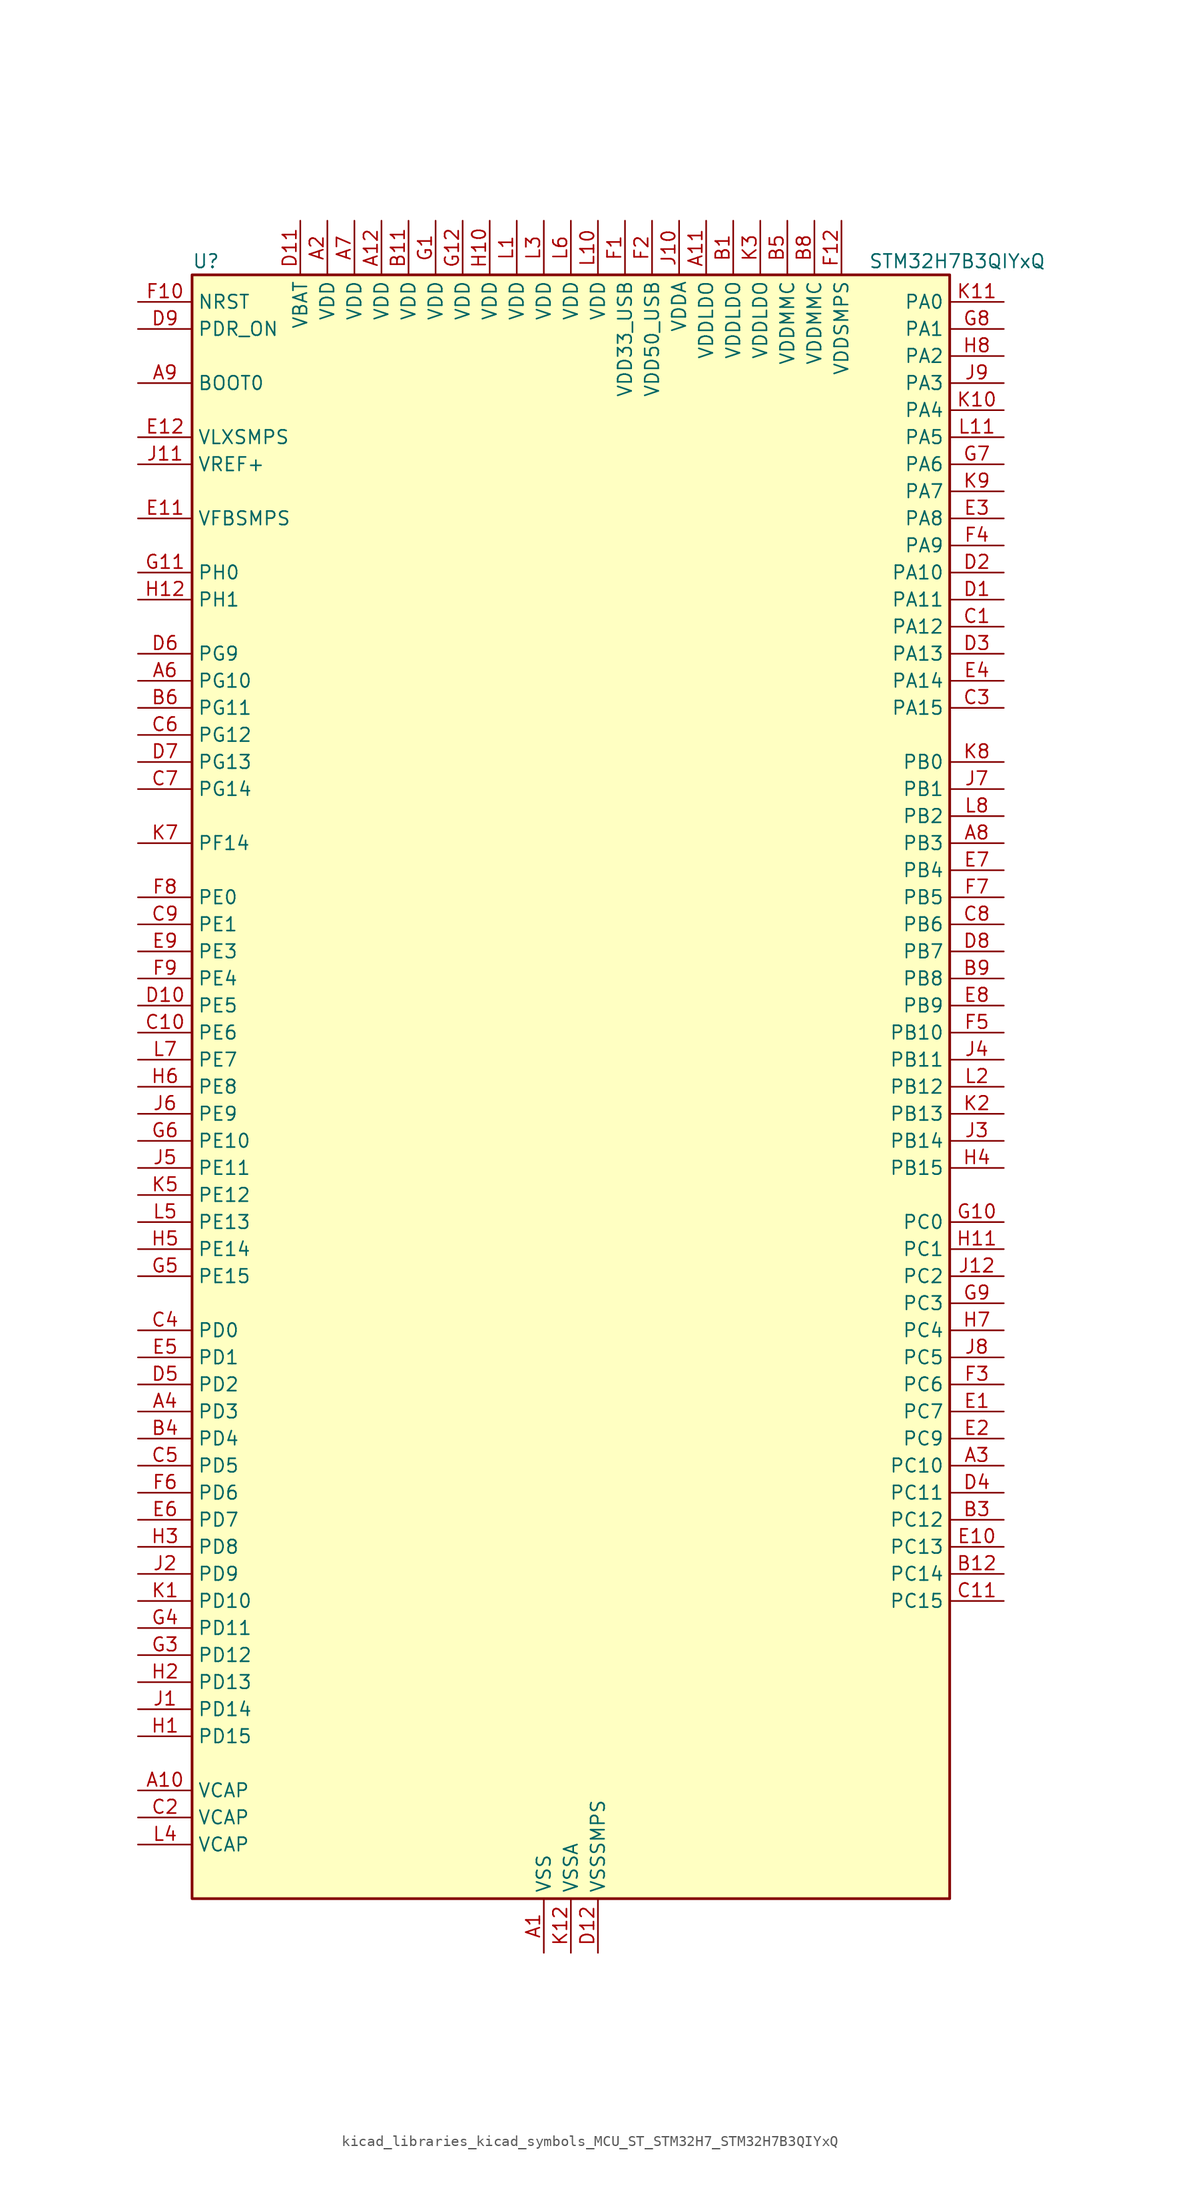
<source format=kicad_sym>
(kicad_symbol_lib
  (version 20220914)
  (generator kicad_symbol_editor)
  (symbol "kicad_libraries_kicad_symbols_MCU_ST_STM32H7_STM32H7B3QIYxQ"
    (property "Reference" "U"
      (at -35.56 77.47 0)
      (effects (font (size 1.27 1.27)) (justify left)))
    (property "Value" "STM32H7B3QIYxQ"
      (at 27.94 77.47 0)
      (effects (font (size 1.27 1.27)) (justify left)))
    (property "ki_locked" ""
      (at 0 0 0)
      (effects (font (size 1.27 1.27))))
    (symbol "kicad_libraries_kicad_symbols_MCU_ST_STM32H7_STM32H7B3QIYxQ_0_1"
      (rectangle (start -35.56 -76.2) (end 35.56 76.2) (stroke (width 0.254) (type default)) (fill (type background))))
    (symbol "kicad_libraries_kicad_symbols_MCU_ST_STM32H7_STM32H7B3QIYxQ_1_1"
      (pin power_in line (at -2.54 -81.28 90) (length 5.08) (name "VSS" (effects (font (size 1.27 1.27)))) (number "A1" (effects (font (size 1.27 1.27)))))
      (pin power_out line (at -40.64 -66.04 0) (length 5.08) (name "VCAP" (effects (font (size 1.27 1.27)))) (number "A10" (effects (font (size 1.27 1.27)))))
      (pin power_in line (at 12.7 81.28 270) (length 5.08) (name "VDDLDO" (effects (font (size 1.27 1.27)))) (number "A11" (effects (font (size 1.27 1.27)))))
      (pin power_in line (at -17.78 81.28 270) (length 5.08) (name "VDD" (effects (font (size 1.27 1.27)))) (number "A12" (effects (font (size 1.27 1.27)))))
      (pin power_in line (at -22.86 81.28 270) (length 5.08) (name "VDD" (effects (font (size 1.27 1.27)))) (number "A2" (effects (font (size 1.27 1.27)))))
      (pin bidirectional line (at 40.64 -35.56 180) (length 5.08) (name "PC10" (effects (font (size 1.27 1.27)))) (number "A3" (effects (font (size 1.27 1.27)))) (alternate "DCMI_D8" bidirectional line) (alternate "DFSDM1_CKIN5" bidirectional line) (alternate "DFSDM2_CKIN0" bidirectional line) (alternate "I2S3_CK" bidirectional line) (alternate "LTDC_B1" bidirectional line) (alternate "LTDC_R2" bidirectional line) (alternate "OCTOSPIM_P1_IO1" bidirectional line) (alternate "PSSI_D8" bidirectional line) (alternate "SDMMC1_D2" bidirectional line) (alternate "SPI3_SCK" bidirectional line) (alternate "SWPMI1_RX" bidirectional line) (alternate "UART4_TX" bidirectional line) (alternate "USART3_TX" bidirectional line))
      (pin bidirectional line (at -40.64 -30.48 0) (length 5.08) (name "PD3" (effects (font (size 1.27 1.27)))) (number "A4" (effects (font (size 1.27 1.27)))) (alternate "DCMI_D5" bidirectional line) (alternate "DFSDM1_CKOUT" bidirectional line) (alternate "FMC_CLK" bidirectional line) (alternate "I2S2_CK" bidirectional line) (alternate "LTDC_G7" bidirectional line) (alternate "PSSI_D5" bidirectional line) (alternate "SPI2_SCK" bidirectional line) (alternate "USART2_CTS" bidirectional line) (alternate "USART2_NSS" bidirectional line))
      (pin passive line (at -2.54 -81.28 90) (length 5.08) hide (name "VSS" (effects (font (size 1.27 1.27)))) (number "A5" (effects (font (size 1.27 1.27)))))
      (pin bidirectional line (at -40.64 38.1 0) (length 5.08) (name "PG10" (effects (font (size 1.27 1.27)))) (number "A6" (effects (font (size 1.27 1.27)))) (alternate "DCMI_D2" bidirectional line) (alternate "FMC_NE3" bidirectional line) (alternate "I2S1_WS" bidirectional line) (alternate "LTDC_B2" bidirectional line) (alternate "LTDC_G3" bidirectional line) (alternate "OCTOSPIM_P2_IO6" bidirectional line) (alternate "PSSI_D2" bidirectional line) (alternate "SAI2_SD_B" bidirectional line) (alternate "SDMMC2_D1" bidirectional line) (alternate "SPI1_NSS" bidirectional line))
      (pin power_in line (at -20.32 81.28 270) (length 5.08) (name "VDD" (effects (font (size 1.27 1.27)))) (number "A7" (effects (font (size 1.27 1.27)))))
      (pin bidirectional line (at 40.64 22.86 180) (length 5.08) (name "PB3" (effects (font (size 1.27 1.27)))) (number "A8" (effects (font (size 1.27 1.27)))) (alternate "CRS_SYNC" bidirectional line) (alternate "DEBUG_JTDO-SWO" bidirectional line) (alternate "I2S1_CK" bidirectional line) (alternate "I2S3_CK" bidirectional line) (alternate "I2S6_CK" bidirectional line) (alternate "SDMMC2_D2" bidirectional line) (alternate "SPI1_SCK" bidirectional line) (alternate "SPI3_SCK" bidirectional line) (alternate "SPI6_SCK" bidirectional line) (alternate "TIM2_CH2" bidirectional line) (alternate "UART7_RX" bidirectional line))
      (pin input line (at -40.64 66.04 0) (length 5.08) (name "BOOT0" (effects (font (size 1.27 1.27)))) (number "A9" (effects (font (size 1.27 1.27)))))
      (pin power_in line (at 15.24 81.28 270) (length 5.08) (name "VDDLDO" (effects (font (size 1.27 1.27)))) (number "B1" (effects (font (size 1.27 1.27)))))
      (pin passive line (at -2.54 -81.28 90) (length 5.08) hide (name "VSS" (effects (font (size 1.27 1.27)))) (number "B10" (effects (font (size 1.27 1.27)))))
      (pin power_in line (at -15.24 81.28 270) (length 5.08) (name "VDD" (effects (font (size 1.27 1.27)))) (number "B11" (effects (font (size 1.27 1.27)))))
      (pin bidirectional line (at 40.64 -45.72 180) (length 5.08) (name "PC14" (effects (font (size 1.27 1.27)))) (number "B12" (effects (font (size 1.27 1.27)))) (alternate "RCC_OSC32_IN" bidirectional line))
      (pin passive line (at -2.54 -81.28 90) (length 5.08) hide (name "VSS" (effects (font (size 1.27 1.27)))) (number "B2" (effects (font (size 1.27 1.27)))))
      (pin bidirectional line (at 40.64 -40.64 180) (length 5.08) (name "PC12" (effects (font (size 1.27 1.27)))) (number "B3" (effects (font (size 1.27 1.27)))) (alternate "DCMI_D9" bidirectional line) (alternate "DEBUG_TRACED3" bidirectional line) (alternate "DFSDM2_CKOUT" bidirectional line) (alternate "I2S3_SDO" bidirectional line) (alternate "I2S6_CK" bidirectional line) (alternate "LTDC_R6" bidirectional line) (alternate "PSSI_D9" bidirectional line) (alternate "SDMMC1_CK" bidirectional line) (alternate "SPI3_MOSI" bidirectional line) (alternate "SPI6_SCK" bidirectional line) (alternate "TIM15_CH1" bidirectional line) (alternate "UART5_TX" bidirectional line) (alternate "USART3_CK" bidirectional line))
      (pin bidirectional line (at -40.64 -33.02 0) (length 5.08) (name "PD4" (effects (font (size 1.27 1.27)))) (number "B4" (effects (font (size 1.27 1.27)))) (alternate "FMC_NOE" bidirectional line) (alternate "OCTOSPIM_P1_IO4" bidirectional line) (alternate "USART2_DE" bidirectional line) (alternate "USART2_RTS" bidirectional line))
      (pin power_in line (at 20.32 81.28 270) (length 5.08) (name "VDDMMC" (effects (font (size 1.27 1.27)))) (number "B5" (effects (font (size 1.27 1.27)))))
      (pin bidirectional line (at -40.64 35.56 0) (length 5.08) (name "PG11" (effects (font (size 1.27 1.27)))) (number "B6" (effects (font (size 1.27 1.27)))) (alternate "ADC1_EXTI11" bidirectional line) (alternate "ADC2_EXTI11" bidirectional line) (alternate "DCMI_D3" bidirectional line) (alternate "I2S1_CK" bidirectional line) (alternate "LPTIM1_IN2" bidirectional line) (alternate "LTDC_B3" bidirectional line) (alternate "OCTOSPIM_P2_IO7" bidirectional line) (alternate "PSSI_D3" bidirectional line) (alternate "SDMMC2_D2" bidirectional line) (alternate "SPDIFRX_IN0" bidirectional line) (alternate "SPI1_SCK" bidirectional line) (alternate "USART10_RX" bidirectional line))
      (pin passive line (at -2.54 -81.28 90) (length 5.08) hide (name "VSS" (effects (font (size 1.27 1.27)))) (number "B7" (effects (font (size 1.27 1.27)))))
      (pin power_in line (at 22.86 81.28 270) (length 5.08) (name "VDDMMC" (effects (font (size 1.27 1.27)))) (number "B8" (effects (font (size 1.27 1.27)))))
      (pin bidirectional line (at 40.64 10.16 180) (length 5.08) (name "PB8" (effects (font (size 1.27 1.27)))) (number "B9" (effects (font (size 1.27 1.27)))) (alternate "DCMI_D6" bidirectional line) (alternate "DFSDM1_CKIN7" bidirectional line) (alternate "FDCAN1_RX" bidirectional line) (alternate "I2C1_SCL" bidirectional line) (alternate "I2C4_SCL" bidirectional line) (alternate "LTDC_B6" bidirectional line) (alternate "PSSI_D6" bidirectional line) (alternate "SDMMC1_CKIN" bidirectional line) (alternate "SDMMC1_D4" bidirectional line) (alternate "SDMMC2_D4" bidirectional line) (alternate "TIM16_CH1" bidirectional line) (alternate "TIM4_CH3" bidirectional line) (alternate "UART4_RX" bidirectional line))
      (pin bidirectional line (at 40.64 43.18 180) (length 5.08) (name "PA12" (effects (font (size 1.27 1.27)))) (number "C1" (effects (font (size 1.27 1.27)))) (alternate "FDCAN1_TX" bidirectional line) (alternate "I2S2_CK" bidirectional line) (alternate "LPUART1_DE" bidirectional line) (alternate "LPUART1_RTS" bidirectional line) (alternate "LTDC_R5" bidirectional line) (alternate "SAI2_FS_B" bidirectional line) (alternate "SPI2_SCK" bidirectional line) (alternate "TIM1_ETR" bidirectional line) (alternate "UART4_TX" bidirectional line) (alternate "USART1_DE" bidirectional line) (alternate "USART1_RTS" bidirectional line) (alternate "USB_OTG_HS_DP" bidirectional line))
      (pin bidirectional line (at -40.64 5.08 0) (length 5.08) (name "PE6" (effects (font (size 1.27 1.27)))) (number "C10" (effects (font (size 1.27 1.27)))) (alternate "DCMI_D7" bidirectional line) (alternate "DEBUG_TRACED3" bidirectional line) (alternate "FMC_A22" bidirectional line) (alternate "LTDC_G1" bidirectional line) (alternate "PSSI_D7" bidirectional line) (alternate "SAI1_D1" bidirectional line) (alternate "SAI1_SD_A" bidirectional line) (alternate "SAI2_MCLK_B" bidirectional line) (alternate "SPI4_MOSI" bidirectional line) (alternate "TIM15_CH2" bidirectional line) (alternate "TIM1_BKIN2" bidirectional line) (alternate "TIM1_BKIN2_COMP1" bidirectional line) (alternate "TIM1_BKIN2_COMP2" bidirectional line))
      (pin bidirectional line (at 40.64 -48.26 180) (length 5.08) (name "PC15" (effects (font (size 1.27 1.27)))) (number "C11" (effects (font (size 1.27 1.27)))) (alternate "ADC1_EXTI15" bidirectional line) (alternate "ADC2_EXTI15" bidirectional line) (alternate "RCC_OSC32_OUT" bidirectional line))
      (pin passive line (at -2.54 -81.28 90) (length 5.08) hide (name "VSS" (effects (font (size 1.27 1.27)))) (number "C12" (effects (font (size 1.27 1.27)))))
      (pin power_out line (at -40.64 -68.58 0) (length 5.08) (name "VCAP" (effects (font (size 1.27 1.27)))) (number "C2" (effects (font (size 1.27 1.27)))))
      (pin bidirectional line (at 40.64 35.56 180) (length 5.08) (name "PA15" (effects (font (size 1.27 1.27)))) (number "C3" (effects (font (size 1.27 1.27)))) (alternate "ADC1_EXTI15" bidirectional line) (alternate "ADC2_EXTI15" bidirectional line) (alternate "CEC" bidirectional line) (alternate "DEBUG_JTDI" bidirectional line) (alternate "I2S1_WS" bidirectional line) (alternate "I2S3_WS" bidirectional line) (alternate "I2S6_WS" bidirectional line) (alternate "LTDC_B6" bidirectional line) (alternate "LTDC_R3" bidirectional line) (alternate "SPI1_NSS" bidirectional line) (alternate "SPI3_NSS" bidirectional line) (alternate "SPI6_NSS" bidirectional line) (alternate "TIM2_CH1" bidirectional line) (alternate "TIM2_ETR" bidirectional line) (alternate "UART4_DE" bidirectional line) (alternate "UART4_RTS" bidirectional line) (alternate "UART7_TX" bidirectional line))
      (pin bidirectional line (at -40.64 -22.86 0) (length 5.08) (name "PD0" (effects (font (size 1.27 1.27)))) (number "C4" (effects (font (size 1.27 1.27)))) (alternate "DFSDM1_CKIN6" bidirectional line) (alternate "FDCAN1_RX" bidirectional line) (alternate "FMC_D2" bidirectional line) (alternate "FMC_DA2" bidirectional line) (alternate "LTDC_B1" bidirectional line) (alternate "UART4_RX" bidirectional line) (alternate "UART9_CTS" bidirectional line))
      (pin bidirectional line (at -40.64 -35.56 0) (length 5.08) (name "PD5" (effects (font (size 1.27 1.27)))) (number "C5" (effects (font (size 1.27 1.27)))) (alternate "FMC_NWE" bidirectional line) (alternate "OCTOSPIM_P1_IO5" bidirectional line) (alternate "USART2_TX" bidirectional line))
      (pin bidirectional line (at -40.64 33.02 0) (length 5.08) (name "PG12" (effects (font (size 1.27 1.27)))) (number "C6" (effects (font (size 1.27 1.27)))) (alternate "FMC_NE4" bidirectional line) (alternate "I2S6_SDI" bidirectional line) (alternate "LPTIM1_IN1" bidirectional line) (alternate "LTDC_B1" bidirectional line) (alternate "LTDC_B4" bidirectional line) (alternate "OCTOSPIM_P2_NCS" bidirectional line) (alternate "SDMMC2_D3" bidirectional line) (alternate "SPDIFRX_IN1" bidirectional line) (alternate "SPI6_MISO" bidirectional line) (alternate "USART10_TX" bidirectional line) (alternate "USART6_DE" bidirectional line) (alternate "USART6_RTS" bidirectional line))
      (pin bidirectional line (at -40.64 27.94 0) (length 5.08) (name "PG14" (effects (font (size 1.27 1.27)))) (number "C7" (effects (font (size 1.27 1.27)))) (alternate "DEBUG_TRACED1" bidirectional line) (alternate "FMC_A25" bidirectional line) (alternate "I2S6_SDO" bidirectional line) (alternate "LPTIM1_ETR" bidirectional line) (alternate "LTDC_B0" bidirectional line) (alternate "OCTOSPIM_P1_IO7" bidirectional line) (alternate "SDMMC2_D7" bidirectional line) (alternate "SPI6_MOSI" bidirectional line) (alternate "USART10_DE" bidirectional line) (alternate "USART10_RTS" bidirectional line) (alternate "USART6_TX" bidirectional line))
      (pin bidirectional line (at 40.64 15.24 180) (length 5.08) (name "PB6" (effects (font (size 1.27 1.27)))) (number "C8" (effects (font (size 1.27 1.27)))) (alternate "CEC" bidirectional line) (alternate "DCMI_D5" bidirectional line) (alternate "DFSDM1_DATIN5" bidirectional line) (alternate "FDCAN2_TX" bidirectional line) (alternate "FMC_SDNE1" bidirectional line) (alternate "I2C1_SCL" bidirectional line) (alternate "I2C4_SCL" bidirectional line) (alternate "LPUART1_TX" bidirectional line) (alternate "OCTOSPIM_P1_NCS" bidirectional line) (alternate "PSSI_D5" bidirectional line) (alternate "TIM16_CH1N" bidirectional line) (alternate "TIM4_CH1" bidirectional line) (alternate "UART5_TX" bidirectional line) (alternate "USART1_TX" bidirectional line))
      (pin bidirectional line (at -40.64 15.24 0) (length 5.08) (name "PE1" (effects (font (size 1.27 1.27)))) (number "C9" (effects (font (size 1.27 1.27)))) (alternate "DCMI_D3" bidirectional line) (alternate "FMC_NBL1" bidirectional line) (alternate "LPTIM1_IN2" bidirectional line) (alternate "LTDC_R6" bidirectional line) (alternate "PSSI_D3" bidirectional line) (alternate "UART8_TX" bidirectional line))
      (pin bidirectional line (at 40.64 45.72 180) (length 5.08) (name "PA11" (effects (font (size 1.27 1.27)))) (number "D1" (effects (font (size 1.27 1.27)))) (alternate "ADC1_EXTI11" bidirectional line) (alternate "ADC2_EXTI11" bidirectional line) (alternate "FDCAN1_RX" bidirectional line) (alternate "I2S2_WS" bidirectional line) (alternate "LPUART1_CTS" bidirectional line) (alternate "LTDC_R4" bidirectional line) (alternate "SPI2_NSS" bidirectional line) (alternate "TIM1_CH4" bidirectional line) (alternate "UART4_RX" bidirectional line) (alternate "USART1_CTS" bidirectional line) (alternate "USART1_NSS" bidirectional line) (alternate "USB_OTG_HS_DM" bidirectional line))
      (pin bidirectional line (at -40.64 7.62 0) (length 5.08) (name "PE5" (effects (font (size 1.27 1.27)))) (number "D10" (effects (font (size 1.27 1.27)))) (alternate "DCMI_D6" bidirectional line) (alternate "DEBUG_TRACED2" bidirectional line) (alternate "DFSDM1_CKIN3" bidirectional line) (alternate "FMC_A21" bidirectional line) (alternate "LTDC_G0" bidirectional line) (alternate "PSSI_D6" bidirectional line) (alternate "SAI1_CK2" bidirectional line) (alternate "SAI1_SCK_A" bidirectional line) (alternate "SPI4_MISO" bidirectional line) (alternate "TIM15_CH1" bidirectional line))
      (pin power_in line (at -25.4 81.28 270) (length 5.08) (name "VBAT" (effects (font (size 1.27 1.27)))) (number "D11" (effects (font (size 1.27 1.27)))))
      (pin power_in line (at 2.54 -81.28 90) (length 5.08) (name "VSSSMPS" (effects (font (size 1.27 1.27)))) (number "D12" (effects (font (size 1.27 1.27)))))
      (pin bidirectional line (at 40.64 48.26 180) (length 5.08) (name "PA10" (effects (font (size 1.27 1.27)))) (number "D2" (effects (font (size 1.27 1.27)))) (alternate "DCMI_D1" bidirectional line) (alternate "LPUART1_RX" bidirectional line) (alternate "LTDC_B1" bidirectional line) (alternate "LTDC_B4" bidirectional line) (alternate "MDIOS_MDIO" bidirectional line) (alternate "PSSI_D1" bidirectional line) (alternate "TIM1_CH3" bidirectional line) (alternate "USART1_RX" bidirectional line) (alternate "USB_OTG_HS_ID" bidirectional line))
      (pin bidirectional line (at 40.64 40.64 180) (length 5.08) (name "PA13" (effects (font (size 1.27 1.27)))) (number "D3" (effects (font (size 1.27 1.27)))) (alternate "DEBUG_JTMS-SWDIO" bidirectional line))
      (pin bidirectional line (at 40.64 -38.1 180) (length 5.08) (name "PC11" (effects (font (size 1.27 1.27)))) (number "D4" (effects (font (size 1.27 1.27)))) (alternate "ADC1_EXTI11" bidirectional line) (alternate "ADC2_EXTI11" bidirectional line) (alternate "DCMI_D4" bidirectional line) (alternate "DFSDM1_DATIN5" bidirectional line) (alternate "DFSDM2_DATIN0" bidirectional line) (alternate "I2S3_SDI" bidirectional line) (alternate "LTDC_B4" bidirectional line) (alternate "OCTOSPIM_P1_NCS" bidirectional line) (alternate "PSSI_D4" bidirectional line) (alternate "SDMMC1_D3" bidirectional line) (alternate "SPI3_MISO" bidirectional line) (alternate "UART4_RX" bidirectional line) (alternate "USART3_RX" bidirectional line))
      (pin bidirectional line (at -40.64 -27.94 0) (length 5.08) (name "PD2" (effects (font (size 1.27 1.27)))) (number "D5" (effects (font (size 1.27 1.27)))) (alternate "DCMI_D11" bidirectional line) (alternate "DEBUG_TRACED2" bidirectional line) (alternate "LTDC_B2" bidirectional line) (alternate "LTDC_B7" bidirectional line) (alternate "PSSI_D11" bidirectional line) (alternate "SDMMC1_CMD" bidirectional line) (alternate "TIM15_BKIN" bidirectional line) (alternate "TIM3_ETR" bidirectional line) (alternate "UART5_RX" bidirectional line))
      (pin bidirectional line (at -40.64 40.64 0) (length 5.08) (name "PG9" (effects (font (size 1.27 1.27)))) (number "D6" (effects (font (size 1.27 1.27)))) (alternate "DAC1_EXTI9" bidirectional line) (alternate "DCMI_VSYNC" bidirectional line) (alternate "FMC_NCE" bidirectional line) (alternate "FMC_NE2" bidirectional line) (alternate "I2S1_SDI" bidirectional line) (alternate "OCTOSPIM_P1_IO6" bidirectional line) (alternate "PSSI_RDY" bidirectional line) (alternate "SAI2_FS_B" bidirectional line) (alternate "SDMMC2_D0" bidirectional line) (alternate "SPDIFRX_IN3" bidirectional line) (alternate "SPI1_MISO" bidirectional line) (alternate "USART6_RX" bidirectional line))
      (pin bidirectional line (at -40.64 30.48 0) (length 5.08) (name "PG13" (effects (font (size 1.27 1.27)))) (number "D7" (effects (font (size 1.27 1.27)))) (alternate "DEBUG_TRACED0" bidirectional line) (alternate "FMC_A24" bidirectional line) (alternate "I2S6_CK" bidirectional line) (alternate "LPTIM1_OUT" bidirectional line) (alternate "LTDC_R0" bidirectional line) (alternate "SDMMC2_D6" bidirectional line) (alternate "SPI6_SCK" bidirectional line) (alternate "USART10_CTS" bidirectional line) (alternate "USART10_NSS" bidirectional line) (alternate "USART6_CTS" bidirectional line) (alternate "USART6_NSS" bidirectional line))
      (pin bidirectional line (at 40.64 12.7 180) (length 5.08) (name "PB7" (effects (font (size 1.27 1.27)))) (number "D8" (effects (font (size 1.27 1.27)))) (alternate "DCMI_VSYNC" bidirectional line) (alternate "DFSDM1_CKIN5" bidirectional line) (alternate "FMC_NL" bidirectional line) (alternate "I2C1_SDA" bidirectional line) (alternate "I2C4_SDA" bidirectional line) (alternate "LPUART1_RX" bidirectional line) (alternate "PSSI_RDY" bidirectional line) (alternate "PWR_PVD_IN" bidirectional line) (alternate "TIM17_CH1N" bidirectional line) (alternate "TIM4_CH2" bidirectional line) (alternate "USART1_RX" bidirectional line))
      (pin input line (at -40.64 71.12 0) (length 5.08) (name "PDR_ON" (effects (font (size 1.27 1.27)))) (number "D9" (effects (font (size 1.27 1.27)))))
      (pin bidirectional line (at 40.64 -30.48 180) (length 5.08) (name "PC7" (effects (font (size 1.27 1.27)))) (number "E1" (effects (font (size 1.27 1.27)))) (alternate "DCMI_D1" bidirectional line) (alternate "DEBUG_TRGIO" bidirectional line) (alternate "DFSDM1_DATIN3" bidirectional line) (alternate "FMC_NE1" bidirectional line) (alternate "I2S3_MCK" bidirectional line) (alternate "LTDC_G6" bidirectional line) (alternate "PSSI_D1" bidirectional line) (alternate "SDMMC1_D123DIR" bidirectional line) (alternate "SDMMC1_D7" bidirectional line) (alternate "SDMMC2_D7" bidirectional line) (alternate "SWPMI1_TX" bidirectional line) (alternate "TIM3_CH2" bidirectional line) (alternate "TIM8_CH2" bidirectional line) (alternate "USART6_RX" bidirectional line))
      (pin bidirectional line (at 40.64 -43.18 180) (length 5.08) (name "PC13" (effects (font (size 1.27 1.27)))) (number "E10" (effects (font (size 1.27 1.27)))) (alternate "PWR_WKUP4" bidirectional line) (alternate "RTC_OUT_ALARM" bidirectional line) (alternate "RTC_OUT_CALIB" bidirectional line) (alternate "RTC_TAMP1" bidirectional line) (alternate "RTC_TS" bidirectional line))
      (pin input line (at -40.64 53.34 0) (length 5.08) (name "VFBSMPS" (effects (font (size 1.27 1.27)))) (number "E11" (effects (font (size 1.27 1.27)))))
      (pin power_in line (at -40.64 60.96 0) (length 5.08) (name "VLXSMPS" (effects (font (size 1.27 1.27)))) (number "E12" (effects (font (size 1.27 1.27)))))
      (pin bidirectional line (at 40.64 -33.02 180) (length 5.08) (name "PC9" (effects (font (size 1.27 1.27)))) (number "E2" (effects (font (size 1.27 1.27)))) (alternate "DAC1_EXTI9" bidirectional line) (alternate "DCMI_D3" bidirectional line) (alternate "I2C3_SDA" bidirectional line) (alternate "I2S_CKIN" bidirectional line) (alternate "LTDC_B2" bidirectional line) (alternate "LTDC_G3" bidirectional line) (alternate "OCTOSPIM_P1_IO0" bidirectional line) (alternate "PSSI_D3" bidirectional line) (alternate "RCC_MCO_2" bidirectional line) (alternate "SDMMC1_D1" bidirectional line) (alternate "SWPMI1_SUSPEND" bidirectional line) (alternate "TIM3_CH4" bidirectional line) (alternate "TIM8_CH4" bidirectional line) (alternate "UART5_CTS" bidirectional line))
      (pin bidirectional line (at 40.64 53.34 180) (length 5.08) (name "PA8" (effects (font (size 1.27 1.27)))) (number "E3" (effects (font (size 1.27 1.27)))) (alternate "I2C3_SCL" bidirectional line) (alternate "LTDC_B3" bidirectional line) (alternate "LTDC_R6" bidirectional line) (alternate "RCC_MCO_1" bidirectional line) (alternate "TIM1_CH1" bidirectional line) (alternate "TIM8_BKIN2" bidirectional line) (alternate "TIM8_BKIN2_COMP1" bidirectional line) (alternate "TIM8_BKIN2_COMP2" bidirectional line) (alternate "UART7_RX" bidirectional line) (alternate "USART1_CK" bidirectional line) (alternate "USB_OTG_HS_SOF" bidirectional line))
      (pin bidirectional line (at 40.64 38.1 180) (length 5.08) (name "PA14" (effects (font (size 1.27 1.27)))) (number "E4" (effects (font (size 1.27 1.27)))) (alternate "DEBUG_JTCK-SWCLK" bidirectional line))
      (pin bidirectional line (at -40.64 -25.4 0) (length 5.08) (name "PD1" (effects (font (size 1.27 1.27)))) (number "E5" (effects (font (size 1.27 1.27)))) (alternate "DFSDM1_DATIN6" bidirectional line) (alternate "FDCAN1_TX" bidirectional line) (alternate "FMC_D3" bidirectional line) (alternate "FMC_DA3" bidirectional line) (alternate "UART4_TX" bidirectional line))
      (pin bidirectional line (at -40.64 -40.64 0) (length 5.08) (name "PD7" (effects (font (size 1.27 1.27)))) (number "E6" (effects (font (size 1.27 1.27)))) (alternate "DFSDM1_CKIN1" bidirectional line) (alternate "DFSDM1_DATIN4" bidirectional line) (alternate "FMC_NE1" bidirectional line) (alternate "I2S1_SDO" bidirectional line) (alternate "OCTOSPIM_P1_IO7" bidirectional line) (alternate "SDMMC2_CMD" bidirectional line) (alternate "SPDIFRX_IN0" bidirectional line) (alternate "SPI1_MOSI" bidirectional line) (alternate "USART2_CK" bidirectional line))
      (pin bidirectional line (at 40.64 20.32 180) (length 5.08) (name "PB4" (effects (font (size 1.27 1.27)))) (number "E7" (effects (font (size 1.27 1.27)))) (alternate "DEBUG_JTRST" bidirectional line) (alternate "I2S1_SDI" bidirectional line) (alternate "I2S2_WS" bidirectional line) (alternate "I2S3_SDI" bidirectional line) (alternate "I2S6_SDI" bidirectional line) (alternate "SDMMC2_D3" bidirectional line) (alternate "SPI1_MISO" bidirectional line) (alternate "SPI2_NSS" bidirectional line) (alternate "SPI3_MISO" bidirectional line) (alternate "SPI6_MISO" bidirectional line) (alternate "TIM16_BKIN" bidirectional line) (alternate "TIM3_CH1" bidirectional line) (alternate "UART7_TX" bidirectional line))
      (pin bidirectional line (at 40.64 7.62 180) (length 5.08) (name "PB9" (effects (font (size 1.27 1.27)))) (number "E8" (effects (font (size 1.27 1.27)))) (alternate "DAC1_EXTI9" bidirectional line) (alternate "DCMI_D7" bidirectional line) (alternate "DFSDM1_DATIN7" bidirectional line) (alternate "FDCAN1_TX" bidirectional line) (alternate "I2C1_SDA" bidirectional line) (alternate "I2C4_SDA" bidirectional line) (alternate "I2C4_SMBA" bidirectional line) (alternate "I2S2_WS" bidirectional line) (alternate "LTDC_B7" bidirectional line) (alternate "PSSI_D7" bidirectional line) (alternate "SDMMC1_CDIR" bidirectional line) (alternate "SDMMC1_D5" bidirectional line) (alternate "SDMMC2_D5" bidirectional line) (alternate "SPI2_NSS" bidirectional line) (alternate "TIM17_CH1" bidirectional line) (alternate "TIM4_CH4" bidirectional line) (alternate "UART4_TX" bidirectional line))
      (pin bidirectional line (at -40.64 12.7 0) (length 5.08) (name "PE3" (effects (font (size 1.27 1.27)))) (number "E9" (effects (font (size 1.27 1.27)))) (alternate "DEBUG_TRACED0" bidirectional line) (alternate "FMC_A19" bidirectional line) (alternate "SAI1_SD_B" bidirectional line) (alternate "TIM15_BKIN" bidirectional line) (alternate "USART10_TX" bidirectional line))
      (pin power_in line (at 5.08 81.28 270) (length 5.08) (name "VDD33_USB" (effects (font (size 1.27 1.27)))) (number "F1" (effects (font (size 1.27 1.27)))))
      (pin input line (at -40.64 73.66 0) (length 5.08) (name "NRST" (effects (font (size 1.27 1.27)))) (number "F10" (effects (font (size 1.27 1.27)))))
      (pin passive line (at -2.54 -81.28 90) (length 5.08) hide (name "VSS" (effects (font (size 1.27 1.27)))) (number "F11" (effects (font (size 1.27 1.27)))))
      (pin power_in line (at 25.4 81.28 270) (length 5.08) (name "VDDSMPS" (effects (font (size 1.27 1.27)))) (number "F12" (effects (font (size 1.27 1.27)))))
      (pin power_in line (at 7.62 81.28 270) (length 5.08) (name "VDD50_USB" (effects (font (size 1.27 1.27)))) (number "F2" (effects (font (size 1.27 1.27)))))
      (pin bidirectional line (at 40.64 -27.94 180) (length 5.08) (name "PC6" (effects (font (size 1.27 1.27)))) (number "F3" (effects (font (size 1.27 1.27)))) (alternate "DCMI_D0" bidirectional line) (alternate "DFSDM1_CKIN3" bidirectional line) (alternate "FMC_NWAIT" bidirectional line) (alternate "I2S2_MCK" bidirectional line) (alternate "LTDC_HSYNC" bidirectional line) (alternate "PSSI_D0" bidirectional line) (alternate "SDMMC1_D0DIR" bidirectional line) (alternate "SDMMC1_D6" bidirectional line) (alternate "SDMMC2_D6" bidirectional line) (alternate "SWPMI1_IO" bidirectional line) (alternate "TIM3_CH1" bidirectional line) (alternate "TIM8_CH1" bidirectional line) (alternate "USART6_TX" bidirectional line))
      (pin bidirectional line (at 40.64 50.8 180) (length 5.08) (name "PA9" (effects (font (size 1.27 1.27)))) (number "F4" (effects (font (size 1.27 1.27)))) (alternate "DAC1_EXTI9" bidirectional line) (alternate "DCMI_D0" bidirectional line) (alternate "I2C3_SMBA" bidirectional line) (alternate "I2S2_CK" bidirectional line) (alternate "LPUART1_TX" bidirectional line) (alternate "LTDC_R5" bidirectional line) (alternate "PSSI_D0" bidirectional line) (alternate "SPI2_SCK" bidirectional line) (alternate "TIM1_CH2" bidirectional line) (alternate "USART1_TX" bidirectional line) (alternate "USB_OTG_HS_VBUS" bidirectional line))
      (pin bidirectional line (at 40.64 5.08 180) (length 5.08) (name "PB10" (effects (font (size 1.27 1.27)))) (number "F5" (effects (font (size 1.27 1.27)))) (alternate "DFSDM1_DATIN7" bidirectional line) (alternate "I2C2_SCL" bidirectional line) (alternate "I2S2_CK" bidirectional line) (alternate "LPTIM2_IN1" bidirectional line) (alternate "LTDC_G4" bidirectional line) (alternate "OCTOSPIM_P1_NCS" bidirectional line) (alternate "SPI2_SCK" bidirectional line) (alternate "TIM2_CH3" bidirectional line) (alternate "USART3_TX" bidirectional line) (alternate "USB_OTG_HS_ULPI_D3" bidirectional line))
      (pin bidirectional line (at -40.64 -38.1 0) (length 5.08) (name "PD6" (effects (font (size 1.27 1.27)))) (number "F6" (effects (font (size 1.27 1.27)))) (alternate "DCMI_D10" bidirectional line) (alternate "DFSDM1_CKIN4" bidirectional line) (alternate "DFSDM1_DATIN1" bidirectional line) (alternate "FMC_NWAIT" bidirectional line) (alternate "I2S3_SDO" bidirectional line) (alternate "LTDC_B2" bidirectional line) (alternate "OCTOSPIM_P1_IO6" bidirectional line) (alternate "PSSI_D10" bidirectional line) (alternate "SAI1_D1" bidirectional line) (alternate "SAI1_SD_A" bidirectional line) (alternate "SDMMC2_CK" bidirectional line) (alternate "SPI3_MOSI" bidirectional line) (alternate "USART2_RX" bidirectional line))
      (pin bidirectional line (at 40.64 17.78 180) (length 5.08) (name "PB5" (effects (font (size 1.27 1.27)))) (number "F7" (effects (font (size 1.27 1.27)))) (alternate "DCMI_D10" bidirectional line) (alternate "FDCAN2_RX" bidirectional line) (alternate "FMC_SDCKE1" bidirectional line) (alternate "I2C1_SMBA" bidirectional line) (alternate "I2C4_SMBA" bidirectional line) (alternate "I2S1_SDO" bidirectional line) (alternate "I2S3_SDO" bidirectional line) (alternate "I2S6_SDO" bidirectional line) (alternate "LTDC_B5" bidirectional line) (alternate "PSSI_D10" bidirectional line) (alternate "SPI1_MOSI" bidirectional line) (alternate "SPI3_MOSI" bidirectional line) (alternate "SPI6_MOSI" bidirectional line) (alternate "TIM17_BKIN" bidirectional line) (alternate "TIM3_CH2" bidirectional line) (alternate "UART5_RX" bidirectional line) (alternate "USB_OTG_HS_ULPI_D7" bidirectional line))
      (pin bidirectional line (at -40.64 17.78 0) (length 5.08) (name "PE0" (effects (font (size 1.27 1.27)))) (number "F8" (effects (font (size 1.27 1.27)))) (alternate "DCMI_D2" bidirectional line) (alternate "FMC_NBL0" bidirectional line) (alternate "LPTIM1_ETR" bidirectional line) (alternate "LPTIM2_ETR" bidirectional line) (alternate "LTDC_R0" bidirectional line) (alternate "PSSI_D2" bidirectional line) (alternate "SAI2_MCLK_A" bidirectional line) (alternate "TIM4_ETR" bidirectional line) (alternate "UART8_RX" bidirectional line))
      (pin bidirectional line (at -40.64 10.16 0) (length 5.08) (name "PE4" (effects (font (size 1.27 1.27)))) (number "F9" (effects (font (size 1.27 1.27)))) (alternate "DCMI_D4" bidirectional line) (alternate "DEBUG_TRACED1" bidirectional line) (alternate "DFSDM1_DATIN3" bidirectional line) (alternate "FMC_A20" bidirectional line) (alternate "LTDC_B0" bidirectional line) (alternate "PSSI_D4" bidirectional line) (alternate "SAI1_D2" bidirectional line) (alternate "SAI1_FS_A" bidirectional line) (alternate "SPI4_NSS" bidirectional line) (alternate "TIM15_CH1N" bidirectional line))
      (pin power_in line (at -12.7 81.28 270) (length 5.08) (name "VDD" (effects (font (size 1.27 1.27)))) (number "G1" (effects (font (size 1.27 1.27)))))
      (pin bidirectional line (at 40.64 -12.7 180) (length 5.08) (name "PC0" (effects (font (size 1.27 1.27)))) (number "G10" (effects (font (size 1.27 1.27)))) (alternate "ADC1_INP10" bidirectional line) (alternate "ADC2_INP10" bidirectional line) (alternate "DFSDM1_CKIN0" bidirectional line) (alternate "DFSDM1_DATIN4" bidirectional line) (alternate "FMC_A25" bidirectional line) (alternate "FMC_SDNWE" bidirectional line) (alternate "LTDC_G2" bidirectional line) (alternate "LTDC_R5" bidirectional line) (alternate "SAI2_FS_B" bidirectional line) (alternate "USB_OTG_HS_ULPI_STP" bidirectional line))
      (pin bidirectional line (at -40.64 48.26 0) (length 5.08) (name "PH0" (effects (font (size 1.27 1.27)))) (number "G11" (effects (font (size 1.27 1.27)))) (alternate "RCC_OSC_IN" bidirectional line))
      (pin power_in line (at -10.16 81.28 270) (length 5.08) (name "VDD" (effects (font (size 1.27 1.27)))) (number "G12" (effects (font (size 1.27 1.27)))))
      (pin passive line (at -2.54 -81.28 90) (length 5.08) hide (name "VSS" (effects (font (size 1.27 1.27)))) (number "G2" (effects (font (size 1.27 1.27)))))
      (pin bidirectional line (at -40.64 -53.34 0) (length 5.08) (name "PD12" (effects (font (size 1.27 1.27)))) (number "G3" (effects (font (size 1.27 1.27)))) (alternate "DCMI_D12" bidirectional line) (alternate "FMC_A17" bidirectional line) (alternate "FMC_ALE" bidirectional line) (alternate "I2C4_SCL" bidirectional line) (alternate "LPTIM1_IN1" bidirectional line) (alternate "LPTIM2_IN1" bidirectional line) (alternate "OCTOSPIM_P1_IO1" bidirectional line) (alternate "PSSI_D12" bidirectional line) (alternate "SAI2_FS_A" bidirectional line) (alternate "TIM4_CH1" bidirectional line) (alternate "USART3_DE" bidirectional line) (alternate "USART3_RTS" bidirectional line))
      (pin bidirectional line (at -40.64 -50.8 0) (length 5.08) (name "PD11" (effects (font (size 1.27 1.27)))) (number "G4" (effects (font (size 1.27 1.27)))) (alternate "ADC1_EXTI11" bidirectional line) (alternate "ADC2_EXTI11" bidirectional line) (alternate "FMC_A16" bidirectional line) (alternate "FMC_CLE" bidirectional line) (alternate "I2C4_SMBA" bidirectional line) (alternate "LPTIM2_IN2" bidirectional line) (alternate "OCTOSPIM_P1_IO0" bidirectional line) (alternate "SAI2_SD_A" bidirectional line) (alternate "USART3_CTS" bidirectional line) (alternate "USART3_NSS" bidirectional line))
      (pin bidirectional line (at -40.64 -17.78 0) (length 5.08) (name "PE15" (effects (font (size 1.27 1.27)))) (number "G5" (effects (font (size 1.27 1.27)))) (alternate "ADC1_EXTI15" bidirectional line) (alternate "ADC2_EXTI15" bidirectional line) (alternate "FMC_D12" bidirectional line) (alternate "FMC_DA12" bidirectional line) (alternate "LTDC_R7" bidirectional line) (alternate "TIM1_BKIN" bidirectional line) (alternate "TIM1_BKIN_COMP1" bidirectional line) (alternate "TIM1_BKIN_COMP2" bidirectional line) (alternate "USART10_CK" bidirectional line))
      (pin bidirectional line (at -40.64 -5.08 0) (length 5.08) (name "PE10" (effects (font (size 1.27 1.27)))) (number "G6" (effects (font (size 1.27 1.27)))) (alternate "COMP2_INM" bidirectional line) (alternate "DFSDM1_DATIN4" bidirectional line) (alternate "FMC_D7" bidirectional line) (alternate "FMC_DA7" bidirectional line) (alternate "OCTOSPIM_P1_IO7" bidirectional line) (alternate "TIM1_CH2N" bidirectional line) (alternate "UART7_CTS" bidirectional line))
      (pin bidirectional line (at 40.64 58.42 180) (length 5.08) (name "PA6" (effects (font (size 1.27 1.27)))) (number "G7" (effects (font (size 1.27 1.27)))) (alternate "ADC1_INP3" bidirectional line) (alternate "ADC2_INP3" bidirectional line) (alternate "DAC2_OUT1" bidirectional line) (alternate "DCMI_PIXCLK" bidirectional line) (alternate "I2S1_SDI" bidirectional line) (alternate "I2S6_SDI" bidirectional line) (alternate "LTDC_G2" bidirectional line) (alternate "MDIOS_MDC" bidirectional line) (alternate "OCTOSPIM_P1_IO3" bidirectional line) (alternate "PSSI_PDCK" bidirectional line) (alternate "SPI1_MISO" bidirectional line) (alternate "SPI6_MISO" bidirectional line) (alternate "TIM13_CH1" bidirectional line) (alternate "TIM1_BKIN" bidirectional line) (alternate "TIM1_BKIN_COMP1" bidirectional line) (alternate "TIM1_BKIN_COMP2" bidirectional line) (alternate "TIM3_CH1" bidirectional line) (alternate "TIM8_BKIN" bidirectional line) (alternate "TIM8_BKIN_COMP1" bidirectional line) (alternate "TIM8_BKIN_COMP2" bidirectional line))
      (pin bidirectional line (at 40.64 71.12 180) (length 5.08) (name "PA1" (effects (font (size 1.27 1.27)))) (number "G8" (effects (font (size 1.27 1.27)))) (alternate "ADC1_INN16" bidirectional line) (alternate "ADC1_INP17" bidirectional line) (alternate "LPTIM3_OUT" bidirectional line) (alternate "LTDC_R2" bidirectional line) (alternate "OCTOSPIM_P1_DQS" bidirectional line) (alternate "OCTOSPIM_P1_IO3" bidirectional line) (alternate "SAI2_MCLK_B" bidirectional line) (alternate "TIM15_CH1N" bidirectional line) (alternate "TIM2_CH2" bidirectional line) (alternate "TIM5_CH2" bidirectional line) (alternate "UART4_RX" bidirectional line) (alternate "USART2_DE" bidirectional line) (alternate "USART2_RTS" bidirectional line))
      (pin bidirectional line (at 40.64 -20.32 180) (length 5.08) (name "PC3" (effects (font (size 1.27 1.27)))) (number "G9" (effects (font (size 1.27 1.27)))) (alternate "ADC1_INN12" bidirectional line) (alternate "ADC1_INP13" bidirectional line) (alternate "ADC2_INN12" bidirectional line) (alternate "ADC2_INP13" bidirectional line) (alternate "DFSDM1_DATIN1" bidirectional line) (alternate "FMC_SDCKE0" bidirectional line) (alternate "I2S2_SDO" bidirectional line) (alternate "OCTOSPIM_P1_IO0" bidirectional line) (alternate "OCTOSPIM_P1_IO6" bidirectional line) (alternate "PWR_CSLEEP" bidirectional line) (alternate "SPI2_MOSI" bidirectional line) (alternate "USB_OTG_HS_ULPI_NXT" bidirectional line))
      (pin bidirectional line (at -40.64 -60.96 0) (length 5.08) (name "PD15" (effects (font (size 1.27 1.27)))) (number "H1" (effects (font (size 1.27 1.27)))) (alternate "ADC1_EXTI15" bidirectional line) (alternate "ADC2_EXTI15" bidirectional line) (alternate "FMC_D1" bidirectional line) (alternate "FMC_DA1" bidirectional line) (alternate "TIM4_CH4" bidirectional line) (alternate "UART8_DE" bidirectional line) (alternate "UART8_RTS" bidirectional line) (alternate "UART9_TX" bidirectional line))
      (pin power_in line (at -7.62 81.28 270) (length 5.08) (name "VDD" (effects (font (size 1.27 1.27)))) (number "H10" (effects (font (size 1.27 1.27)))))
      (pin bidirectional line (at 40.64 -15.24 180) (length 5.08) (name "PC1" (effects (font (size 1.27 1.27)))) (number "H11" (effects (font (size 1.27 1.27)))) (alternate "ADC1_INN10" bidirectional line) (alternate "ADC1_INP11" bidirectional line) (alternate "ADC2_INN10" bidirectional line) (alternate "ADC2_INP11" bidirectional line) (alternate "DEBUG_TRACED0" bidirectional line) (alternate "DFSDM1_CKIN4" bidirectional line) (alternate "DFSDM1_DATIN0" bidirectional line) (alternate "I2S2_SDO" bidirectional line) (alternate "LTDC_G5" bidirectional line) (alternate "MDIOS_MDC" bidirectional line) (alternate "OCTOSPIM_P1_IO4" bidirectional line) (alternate "PWR_WKUP6" bidirectional line) (alternate "RTC_TAMP3" bidirectional line) (alternate "SAI1_D1" bidirectional line) (alternate "SAI1_SD_A" bidirectional line) (alternate "SDMMC2_CK" bidirectional line) (alternate "SPI2_MOSI" bidirectional line))
      (pin bidirectional line (at -40.64 45.72 0) (length 5.08) (name "PH1" (effects (font (size 1.27 1.27)))) (number "H12" (effects (font (size 1.27 1.27)))) (alternate "RCC_OSC_OUT" bidirectional line))
      (pin bidirectional line (at -40.64 -55.88 0) (length 5.08) (name "PD13" (effects (font (size 1.27 1.27)))) (number "H2" (effects (font (size 1.27 1.27)))) (alternate "DCMI_D13" bidirectional line) (alternate "FMC_A18" bidirectional line) (alternate "I2C4_SDA" bidirectional line) (alternate "LPTIM1_OUT" bidirectional line) (alternate "OCTOSPIM_P1_IO3" bidirectional line) (alternate "PSSI_D13" bidirectional line) (alternate "SAI2_SCK_A" bidirectional line) (alternate "TIM4_CH2" bidirectional line) (alternate "UART9_DE" bidirectional line) (alternate "UART9_RTS" bidirectional line))
      (pin bidirectional line (at -40.64 -43.18 0) (length 5.08) (name "PD8" (effects (font (size 1.27 1.27)))) (number "H3" (effects (font (size 1.27 1.27)))) (alternate "DFSDM1_CKIN3" bidirectional line) (alternate "FMC_D13" bidirectional line) (alternate "FMC_DA13" bidirectional line) (alternate "SPDIFRX_IN1" bidirectional line) (alternate "USART3_TX" bidirectional line))
      (pin bidirectional line (at 40.64 -7.62 180) (length 5.08) (name "PB15" (effects (font (size 1.27 1.27)))) (number "H4" (effects (font (size 1.27 1.27)))) (alternate "ADC1_EXTI15" bidirectional line) (alternate "ADC2_EXTI15" bidirectional line) (alternate "DFSDM1_CKIN2" bidirectional line) (alternate "I2S2_SDO" bidirectional line) (alternate "LTDC_G7" bidirectional line) (alternate "RTC_REFIN" bidirectional line) (alternate "SDMMC2_D1" bidirectional line) (alternate "SPI2_MOSI" bidirectional line) (alternate "TIM12_CH2" bidirectional line) (alternate "TIM1_CH3N" bidirectional line) (alternate "TIM8_CH3N" bidirectional line) (alternate "UART4_CTS" bidirectional line) (alternate "USART1_RX" bidirectional line))
      (pin bidirectional line (at -40.64 -15.24 0) (length 5.08) (name "PE14" (effects (font (size 1.27 1.27)))) (number "H5" (effects (font (size 1.27 1.27)))) (alternate "FMC_D11" bidirectional line) (alternate "FMC_DA11" bidirectional line) (alternate "LTDC_CLK" bidirectional line) (alternate "SAI2_MCLK_B" bidirectional line) (alternate "SPI4_MOSI" bidirectional line) (alternate "TIM1_CH4" bidirectional line))
      (pin bidirectional line (at -40.64 0 0) (length 5.08) (name "PE8" (effects (font (size 1.27 1.27)))) (number "H6" (effects (font (size 1.27 1.27)))) (alternate "COMP2_OUT" bidirectional line) (alternate "DFSDM1_CKIN2" bidirectional line) (alternate "FMC_D5" bidirectional line) (alternate "FMC_DA5" bidirectional line) (alternate "OCTOSPIM_P1_IO5" bidirectional line) (alternate "OPAMP2_VINM" bidirectional line) (alternate "TIM1_CH1N" bidirectional line) (alternate "UART7_TX" bidirectional line))
      (pin bidirectional line (at 40.64 -22.86 180) (length 5.08) (name "PC4" (effects (font (size 1.27 1.27)))) (number "H7" (effects (font (size 1.27 1.27)))) (alternate "ADC1_INP4" bidirectional line) (alternate "ADC2_INP4" bidirectional line) (alternate "COMP1_INM" bidirectional line) (alternate "DFSDM1_CKIN2" bidirectional line) (alternate "FMC_SDNE0" bidirectional line) (alternate "I2S1_MCK" bidirectional line) (alternate "LTDC_R7" bidirectional line) (alternate "OPAMP1_VOUT" bidirectional line) (alternate "SPDIFRX_IN2" bidirectional line))
      (pin bidirectional line (at 40.64 68.58 180) (length 5.08) (name "PA2" (effects (font (size 1.27 1.27)))) (number "H8" (effects (font (size 1.27 1.27)))) (alternate "ADC1_INP14" bidirectional line) (alternate "DFSDM2_CKIN1" bidirectional line) (alternate "LTDC_R1" bidirectional line) (alternate "MDIOS_MDIO" bidirectional line) (alternate "PWR_WKUP2" bidirectional line) (alternate "SAI2_SCK_B" bidirectional line) (alternate "TIM15_CH1" bidirectional line) (alternate "TIM2_CH3" bidirectional line) (alternate "TIM5_CH3" bidirectional line) (alternate "USART2_TX" bidirectional line))
      (pin passive line (at -2.54 -81.28 90) (length 5.08) hide (name "VSS" (effects (font (size 1.27 1.27)))) (number "H9" (effects (font (size 1.27 1.27)))))
      (pin bidirectional line (at -40.64 -58.42 0) (length 5.08) (name "PD14" (effects (font (size 1.27 1.27)))) (number "J1" (effects (font (size 1.27 1.27)))) (alternate "FMC_D0" bidirectional line) (alternate "FMC_DA0" bidirectional line) (alternate "TIM4_CH3" bidirectional line) (alternate "UART8_CTS" bidirectional line) (alternate "UART9_RX" bidirectional line))
      (pin power_in line (at 10.16 81.28 270) (length 5.08) (name "VDDA" (effects (font (size 1.27 1.27)))) (number "J10" (effects (font (size 1.27 1.27)))))
      (pin input line (at -40.64 58.42 0) (length 5.08) (name "VREF+" (effects (font (size 1.27 1.27)))) (number "J11" (effects (font (size 1.27 1.27)))) (alternate "VREFBUF_OUT" bidirectional line))
      (pin bidirectional line (at 40.64 -17.78 180) (length 5.08) (name "PC2" (effects (font (size 1.27 1.27)))) (number "J12" (effects (font (size 1.27 1.27)))) (alternate "ADC1_INN11" bidirectional line) (alternate "ADC1_INP12" bidirectional line) (alternate "ADC2_INN11" bidirectional line) (alternate "ADC2_INP12" bidirectional line) (alternate "DFSDM1_CKIN1" bidirectional line) (alternate "DFSDM1_CKOUT" bidirectional line) (alternate "FMC_SDNE0" bidirectional line) (alternate "I2S2_SDI" bidirectional line) (alternate "OCTOSPIM_P1_IO2" bidirectional line) (alternate "OCTOSPIM_P1_IO5" bidirectional line) (alternate "PWR_CSTOP" bidirectional line) (alternate "SPI2_MISO" bidirectional line) (alternate "USB_OTG_HS_ULPI_DIR" bidirectional line))
      (pin bidirectional line (at -40.64 -45.72 0) (length 5.08) (name "PD9" (effects (font (size 1.27 1.27)))) (number "J2" (effects (font (size 1.27 1.27)))) (alternate "DAC1_EXTI9" bidirectional line) (alternate "DFSDM1_DATIN3" bidirectional line) (alternate "FMC_D14" bidirectional line) (alternate "FMC_DA14" bidirectional line) (alternate "USART3_RX" bidirectional line))
      (pin bidirectional line (at 40.64 -5.08 180) (length 5.08) (name "PB14" (effects (font (size 1.27 1.27)))) (number "J3" (effects (font (size 1.27 1.27)))) (alternate "DFSDM1_DATIN2" bidirectional line) (alternate "I2S2_SDI" bidirectional line) (alternate "LTDC_CLK" bidirectional line) (alternate "SDMMC2_D0" bidirectional line) (alternate "SPI2_MISO" bidirectional line) (alternate "TIM12_CH1" bidirectional line) (alternate "TIM1_CH2N" bidirectional line) (alternate "TIM8_CH2N" bidirectional line) (alternate "UART4_DE" bidirectional line) (alternate "UART4_RTS" bidirectional line) (alternate "USART1_TX" bidirectional line) (alternate "USART3_DE" bidirectional line) (alternate "USART3_RTS" bidirectional line))
      (pin bidirectional line (at 40.64 2.54 180) (length 5.08) (name "PB11" (effects (font (size 1.27 1.27)))) (number "J4" (effects (font (size 1.27 1.27)))) (alternate "ADC1_EXTI11" bidirectional line) (alternate "ADC2_EXTI11" bidirectional line) (alternate "DFSDM1_CKIN7" bidirectional line) (alternate "I2C2_SDA" bidirectional line) (alternate "LPTIM2_ETR" bidirectional line) (alternate "LTDC_G5" bidirectional line) (alternate "TIM2_CH4" bidirectional line) (alternate "USART3_RX" bidirectional line) (alternate "USB_OTG_HS_ULPI_D4" bidirectional line))
      (pin bidirectional line (at -40.64 -7.62 0) (length 5.08) (name "PE11" (effects (font (size 1.27 1.27)))) (number "J5" (effects (font (size 1.27 1.27)))) (alternate "ADC1_EXTI11" bidirectional line) (alternate "ADC2_EXTI11" bidirectional line) (alternate "COMP2_INP" bidirectional line) (alternate "DFSDM1_CKIN4" bidirectional line) (alternate "FMC_D8" bidirectional line) (alternate "FMC_DA8" bidirectional line) (alternate "LTDC_G3" bidirectional line) (alternate "OCTOSPIM_P1_NCS" bidirectional line) (alternate "SAI2_SD_B" bidirectional line) (alternate "SPI4_NSS" bidirectional line) (alternate "TIM1_CH2" bidirectional line))
      (pin bidirectional line (at -40.64 -2.54 0) (length 5.08) (name "PE9" (effects (font (size 1.27 1.27)))) (number "J6" (effects (font (size 1.27 1.27)))) (alternate "COMP2_INP" bidirectional line) (alternate "DAC1_EXTI9" bidirectional line) (alternate "DFSDM1_CKOUT" bidirectional line) (alternate "FMC_D6" bidirectional line) (alternate "FMC_DA6" bidirectional line) (alternate "OCTOSPIM_P1_IO6" bidirectional line) (alternate "OPAMP2_VINP" bidirectional line) (alternate "TIM1_CH1" bidirectional line) (alternate "UART7_DE" bidirectional line) (alternate "UART7_RTS" bidirectional line))
      (pin bidirectional line (at 40.64 27.94 180) (length 5.08) (name "PB1" (effects (font (size 1.27 1.27)))) (number "J7" (effects (font (size 1.27 1.27)))) (alternate "ADC1_INP5" bidirectional line) (alternate "ADC2_INP5" bidirectional line) (alternate "COMP1_INM" bidirectional line) (alternate "DFSDM1_DATIN1" bidirectional line) (alternate "LTDC_G0" bidirectional line) (alternate "LTDC_R6" bidirectional line) (alternate "OCTOSPIM_P1_IO0" bidirectional line) (alternate "TIM1_CH3N" bidirectional line) (alternate "TIM3_CH4" bidirectional line) (alternate "TIM8_CH3N" bidirectional line) (alternate "USB_OTG_HS_ULPI_D2" bidirectional line))
      (pin bidirectional line (at 40.64 -25.4 180) (length 5.08) (name "PC5" (effects (font (size 1.27 1.27)))) (number "J8" (effects (font (size 1.27 1.27)))) (alternate "ADC1_INN4" bidirectional line) (alternate "ADC1_INP8" bidirectional line) (alternate "ADC2_INN4" bidirectional line) (alternate "ADC2_INP8" bidirectional line) (alternate "COMP1_OUT" bidirectional line) (alternate "DFSDM1_DATIN2" bidirectional line) (alternate "FMC_SDCKE0" bidirectional line) (alternate "LTDC_DE" bidirectional line) (alternate "OCTOSPIM_P1_DQS" bidirectional line) (alternate "OPAMP1_VINM" bidirectional line) (alternate "PSSI_D15" bidirectional line) (alternate "SAI1_D3" bidirectional line) (alternate "SPDIFRX_IN3" bidirectional line))
      (pin bidirectional line (at 40.64 66.04 180) (length 5.08) (name "PA3" (effects (font (size 1.27 1.27)))) (number "J9" (effects (font (size 1.27 1.27)))) (alternate "ADC1_INP15" bidirectional line) (alternate "I2S6_MCK" bidirectional line) (alternate "LTDC_B2" bidirectional line) (alternate "LTDC_B5" bidirectional line) (alternate "OCTOSPIM_P1_CLK" bidirectional line) (alternate "TIM15_CH2" bidirectional line) (alternate "TIM2_CH4" bidirectional line) (alternate "TIM5_CH4" bidirectional line) (alternate "USART2_RX" bidirectional line) (alternate "USB_OTG_HS_ULPI_D0" bidirectional line))
      (pin bidirectional line (at -40.64 -48.26 0) (length 5.08) (name "PD10" (effects (font (size 1.27 1.27)))) (number "K1" (effects (font (size 1.27 1.27)))) (alternate "DFSDM1_CKOUT" bidirectional line) (alternate "DFSDM2_CKOUT" bidirectional line) (alternate "FMC_D15" bidirectional line) (alternate "FMC_DA15" bidirectional line) (alternate "LTDC_B3" bidirectional line) (alternate "USART3_CK" bidirectional line))
      (pin bidirectional line (at 40.64 63.5 180) (length 5.08) (name "PA4" (effects (font (size 1.27 1.27)))) (number "K10" (effects (font (size 1.27 1.27)))) (alternate "ADC1_INP18" bidirectional line) (alternate "DAC1_OUT1" bidirectional line) (alternate "DCMI_HSYNC" bidirectional line) (alternate "I2S1_WS" bidirectional line) (alternate "I2S3_WS" bidirectional line) (alternate "I2S6_WS" bidirectional line) (alternate "LTDC_VSYNC" bidirectional line) (alternate "PSSI_DE" bidirectional line) (alternate "SPI1_NSS" bidirectional line) (alternate "SPI3_NSS" bidirectional line) (alternate "SPI6_NSS" bidirectional line) (alternate "TIM5_ETR" bidirectional line) (alternate "USART2_CK" bidirectional line))
      (pin bidirectional line (at 40.64 73.66 180) (length 5.08) (name "PA0" (effects (font (size 1.27 1.27)))) (number "K11" (effects (font (size 1.27 1.27)))) (alternate "ADC1_INP16" bidirectional line) (alternate "I2S6_WS" bidirectional line) (alternate "PWR_WKUP1" bidirectional line) (alternate "SAI2_SD_B" bidirectional line) (alternate "SDMMC2_CMD" bidirectional line) (alternate "SPI6_NSS" bidirectional line) (alternate "TIM15_BKIN" bidirectional line) (alternate "TIM2_CH1" bidirectional line) (alternate "TIM2_ETR" bidirectional line) (alternate "TIM5_CH1" bidirectional line) (alternate "TIM8_ETR" bidirectional line) (alternate "UART4_TX" bidirectional line) (alternate "USART2_CTS" bidirectional line) (alternate "USART2_NSS" bidirectional line))
      (pin power_in line (at 0 -81.28 90) (length 5.08) (name "VSSA" (effects (font (size 1.27 1.27)))) (number "K12" (effects (font (size 1.27 1.27)))))
      (pin bidirectional line (at 40.64 -2.54 180) (length 5.08) (name "PB13" (effects (font (size 1.27 1.27)))) (number "K2" (effects (font (size 1.27 1.27)))) (alternate "DCMI_D2" bidirectional line) (alternate "DFSDM1_CKIN1" bidirectional line) (alternate "DFSDM2_CKIN1" bidirectional line) (alternate "FDCAN2_TX" bidirectional line) (alternate "I2S2_CK" bidirectional line) (alternate "LPTIM2_OUT" bidirectional line) (alternate "PSSI_D2" bidirectional line) (alternate "SDMMC1_D0" bidirectional line) (alternate "SPI2_SCK" bidirectional line) (alternate "TIM1_CH1N" bidirectional line) (alternate "UART5_TX" bidirectional line) (alternate "USART3_CTS" bidirectional line) (alternate "USART3_NSS" bidirectional line) (alternate "USB_OTG_HS_ULPI_D6" bidirectional line))
      (pin power_in line (at 17.78 81.28 270) (length 5.08) (name "VDDLDO" (effects (font (size 1.27 1.27)))) (number "K3" (effects (font (size 1.27 1.27)))))
      (pin passive line (at -2.54 -81.28 90) (length 5.08) hide (name "VSS" (effects (font (size 1.27 1.27)))) (number "K4" (effects (font (size 1.27 1.27)))))
      (pin bidirectional line (at -40.64 -10.16 0) (length 5.08) (name "PE12" (effects (font (size 1.27 1.27)))) (number "K5" (effects (font (size 1.27 1.27)))) (alternate "COMP1_OUT" bidirectional line) (alternate "DFSDM1_DATIN5" bidirectional line) (alternate "FMC_D9" bidirectional line) (alternate "FMC_DA9" bidirectional line) (alternate "LTDC_B4" bidirectional line) (alternate "SAI2_SCK_B" bidirectional line) (alternate "SPI4_SCK" bidirectional line) (alternate "TIM1_CH3N" bidirectional line))
      (pin passive line (at -2.54 -81.28 90) (length 5.08) hide (name "VSS" (effects (font (size 1.27 1.27)))) (number "K6" (effects (font (size 1.27 1.27)))))
      (pin bidirectional line (at -40.64 22.86 0) (length 5.08) (name "PF14" (effects (font (size 1.27 1.27)))) (number "K7" (effects (font (size 1.27 1.27)))) (alternate "ADC2_INN2" bidirectional line) (alternate "ADC2_INP6" bidirectional line) (alternate "DFSDM1_CKIN6" bidirectional line) (alternate "FMC_A8" bidirectional line) (alternate "I2C4_SCL" bidirectional line))
      (pin bidirectional line (at 40.64 30.48 180) (length 5.08) (name "PB0" (effects (font (size 1.27 1.27)))) (number "K8" (effects (font (size 1.27 1.27)))) (alternate "ADC1_INN5" bidirectional line) (alternate "ADC1_INP9" bidirectional line) (alternate "ADC2_INN5" bidirectional line) (alternate "ADC2_INP9" bidirectional line) (alternate "COMP1_INP" bidirectional line) (alternate "DFSDM1_CKOUT" bidirectional line) (alternate "DFSDM2_CKOUT" bidirectional line) (alternate "LTDC_G1" bidirectional line) (alternate "LTDC_R3" bidirectional line) (alternate "OCTOSPIM_P1_IO1" bidirectional line) (alternate "OPAMP1_VINP" bidirectional line) (alternate "TIM1_CH2N" bidirectional line) (alternate "TIM3_CH3" bidirectional line) (alternate "TIM8_CH2N" bidirectional line) (alternate "UART4_CTS" bidirectional line) (alternate "USB_OTG_HS_ULPI_D1" bidirectional line))
      (pin bidirectional line (at 40.64 55.88 180) (length 5.08) (name "PA7" (effects (font (size 1.27 1.27)))) (number "K9" (effects (font (size 1.27 1.27)))) (alternate "ADC1_INN3" bidirectional line) (alternate "ADC1_INP7" bidirectional line) (alternate "ADC2_INN3" bidirectional line) (alternate "ADC2_INP7" bidirectional line) (alternate "DFSDM2_DATIN1" bidirectional line) (alternate "FMC_SDNWE" bidirectional line) (alternate "I2S1_SDO" bidirectional line) (alternate "I2S6_SDO" bidirectional line) (alternate "LTDC_VSYNC" bidirectional line) (alternate "OCTOSPIM_P1_IO2" bidirectional line) (alternate "OPAMP1_VINM" bidirectional line) (alternate "SPI1_MOSI" bidirectional line) (alternate "SPI6_MOSI" bidirectional line) (alternate "TIM14_CH1" bidirectional line) (alternate "TIM1_CH1N" bidirectional line) (alternate "TIM3_CH2" bidirectional line) (alternate "TIM8_CH1N" bidirectional line))
      (pin power_in line (at -5.08 81.28 270) (length 5.08) (name "VDD" (effects (font (size 1.27 1.27)))) (number "L1" (effects (font (size 1.27 1.27)))))
      (pin power_in line (at 2.54 81.28 270) (length 5.08) (name "VDD" (effects (font (size 1.27 1.27)))) (number "L10" (effects (font (size 1.27 1.27)))))
      (pin bidirectional line (at 40.64 60.96 180) (length 5.08) (name "PA5" (effects (font (size 1.27 1.27)))) (number "L11" (effects (font (size 1.27 1.27)))) (alternate "ADC1_INN18" bidirectional line) (alternate "ADC1_INP19" bidirectional line) (alternate "DAC1_OUT2" bidirectional line) (alternate "I2S1_CK" bidirectional line) (alternate "I2S6_CK" bidirectional line) (alternate "LTDC_R4" bidirectional line) (alternate "PSSI_D14" bidirectional line) (alternate "PWR_NDSTOP2" bidirectional line) (alternate "SPI1_SCK" bidirectional line) (alternate "SPI6_SCK" bidirectional line) (alternate "TIM2_CH1" bidirectional line) (alternate "TIM2_ETR" bidirectional line) (alternate "TIM8_CH1N" bidirectional line) (alternate "USB_OTG_HS_ULPI_CK" bidirectional line))
      (pin passive line (at -2.54 -81.28 90) (length 5.08) hide (name "VSS" (effects (font (size 1.27 1.27)))) (number "L12" (effects (font (size 1.27 1.27)))))
      (pin bidirectional line (at 40.64 0 180) (length 5.08) (name "PB12" (effects (font (size 1.27 1.27)))) (number "L2" (effects (font (size 1.27 1.27)))) (alternate "DFSDM1_DATIN1" bidirectional line) (alternate "DFSDM2_DATIN1" bidirectional line) (alternate "FDCAN2_RX" bidirectional line) (alternate "I2C2_SMBA" bidirectional line) (alternate "I2S2_WS" bidirectional line) (alternate "OCTOSPIM_P1_NCLK" bidirectional line) (alternate "SPI2_NSS" bidirectional line) (alternate "TIM1_BKIN" bidirectional line) (alternate "TIM1_BKIN_COMP1" bidirectional line) (alternate "TIM1_BKIN_COMP2" bidirectional line) (alternate "UART5_RX" bidirectional line) (alternate "USART3_CK" bidirectional line) (alternate "USB_OTG_HS_ULPI_D5" bidirectional line))
      (pin power_in line (at -2.54 81.28 270) (length 5.08) (name "VDD" (effects (font (size 1.27 1.27)))) (number "L3" (effects (font (size 1.27 1.27)))))
      (pin power_out line (at -40.64 -71.12 0) (length 5.08) (name "VCAP" (effects (font (size 1.27 1.27)))) (number "L4" (effects (font (size 1.27 1.27)))))
      (pin bidirectional line (at -40.64 -12.7 0) (length 5.08) (name "PE13" (effects (font (size 1.27 1.27)))) (number "L5" (effects (font (size 1.27 1.27)))) (alternate "COMP2_OUT" bidirectional line) (alternate "DFSDM1_CKIN5" bidirectional line) (alternate "FMC_D10" bidirectional line) (alternate "FMC_DA10" bidirectional line) (alternate "LTDC_DE" bidirectional line) (alternate "SAI2_FS_B" bidirectional line) (alternate "SPI4_MISO" bidirectional line) (alternate "TIM1_CH3" bidirectional line))
      (pin power_in line (at 0 81.28 270) (length 5.08) (name "VDD" (effects (font (size 1.27 1.27)))) (number "L6" (effects (font (size 1.27 1.27)))))
      (pin bidirectional line (at -40.64 2.54 0) (length 5.08) (name "PE7" (effects (font (size 1.27 1.27)))) (number "L7" (effects (font (size 1.27 1.27)))) (alternate "COMP2_INM" bidirectional line) (alternate "DFSDM1_DATIN2" bidirectional line) (alternate "FMC_D4" bidirectional line) (alternate "FMC_DA4" bidirectional line) (alternate "OCTOSPIM_P1_IO4" bidirectional line) (alternate "OPAMP2_VOUT" bidirectional line) (alternate "TIM1_ETR" bidirectional line) (alternate "UART7_RX" bidirectional line))
      (pin bidirectional line (at 40.64 25.4 180) (length 5.08) (name "PB2" (effects (font (size 1.27 1.27)))) (number "L8" (effects (font (size 1.27 1.27)))) (alternate "COMP1_INP" bidirectional line) (alternate "DFSDM1_CKIN1" bidirectional line) (alternate "I2S3_SDO" bidirectional line) (alternate "OCTOSPIM_P1_CLK" bidirectional line) (alternate "OCTOSPIM_P1_DQS" bidirectional line) (alternate "RTC_OUT_ALARM" bidirectional line) (alternate "RTC_OUT_CALIB" bidirectional line) (alternate "SAI1_D1" bidirectional line) (alternate "SAI1_SD_A" bidirectional line) (alternate "SPI3_MOSI" bidirectional line))
      (pin passive line (at -2.54 -81.28 90) (length 5.08) hide (name "VSS" (effects (font (size 1.27 1.27)))) (number "L9" (effects (font (size 1.27 1.27))))))))
</source>
